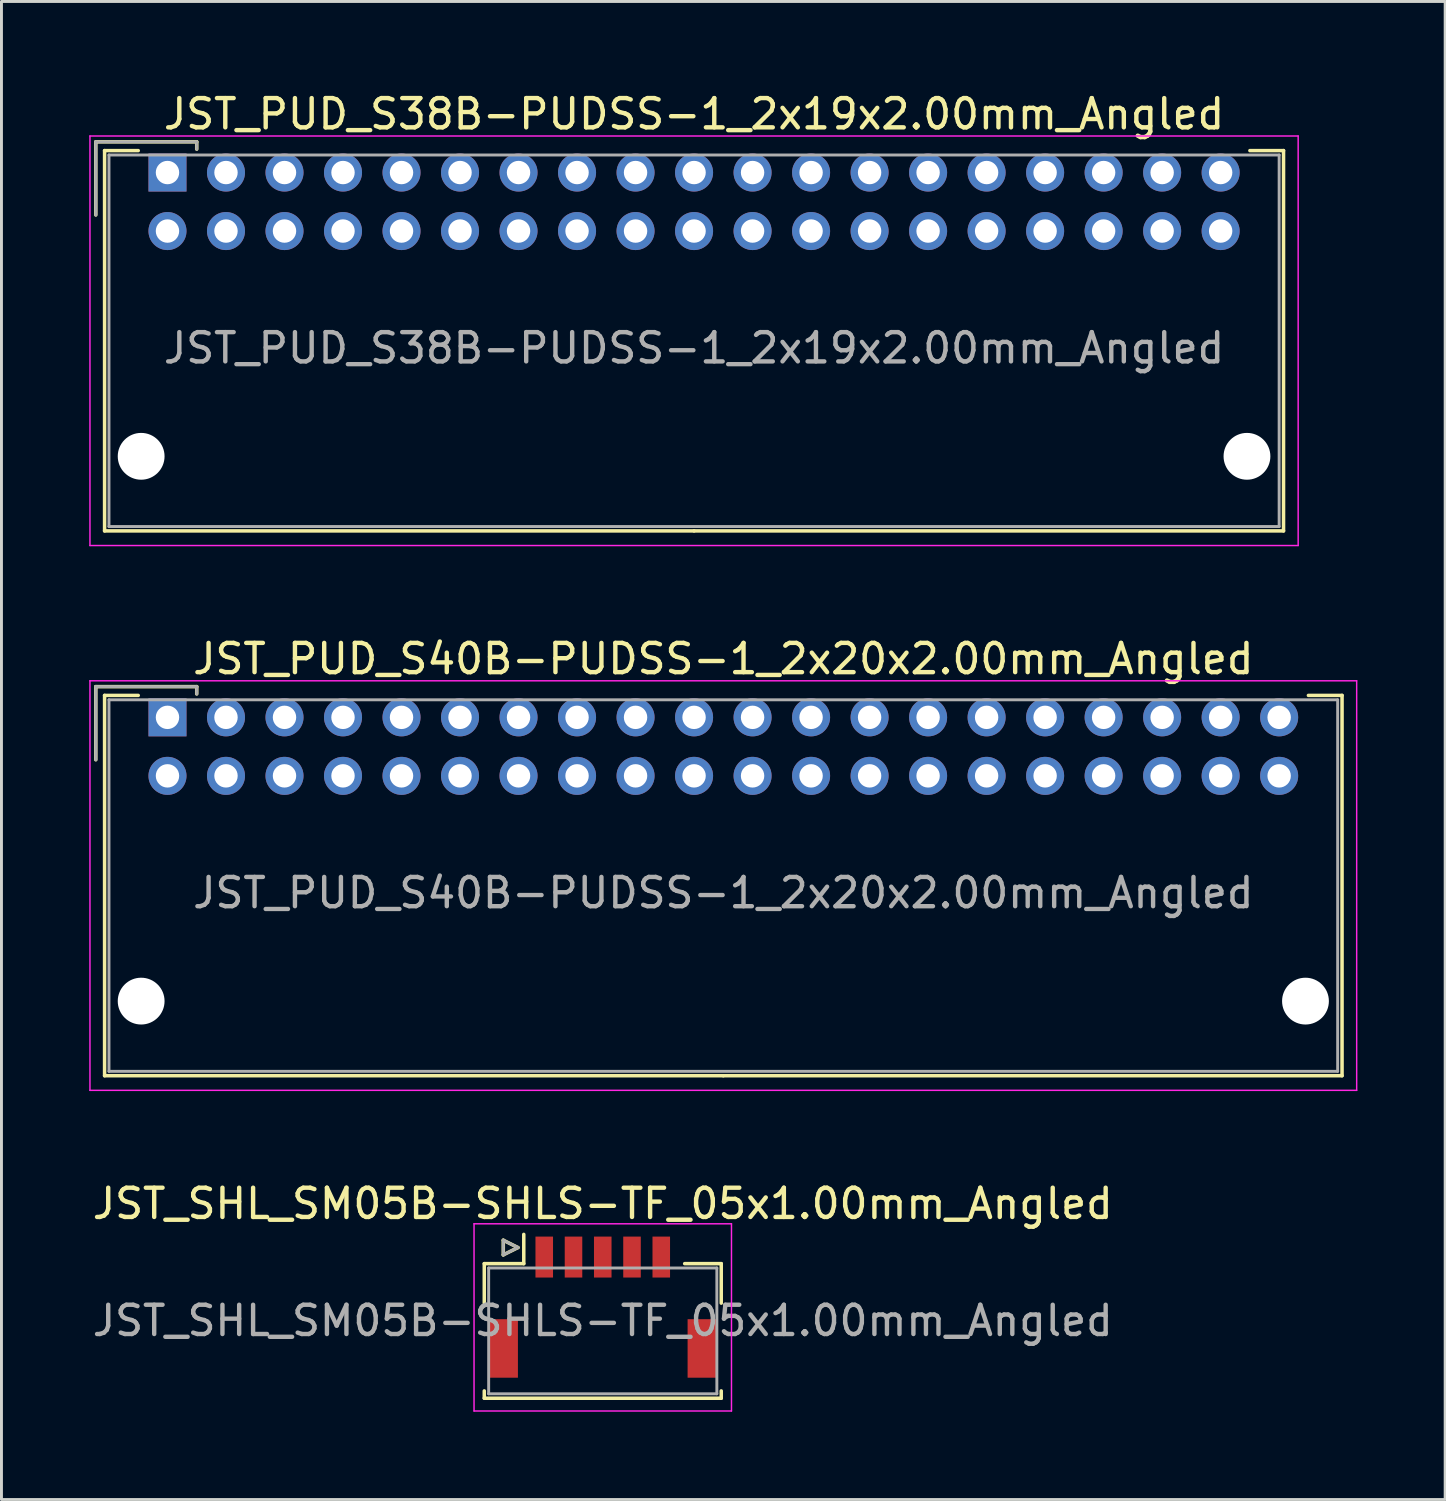
<source format=kicad_pcb>
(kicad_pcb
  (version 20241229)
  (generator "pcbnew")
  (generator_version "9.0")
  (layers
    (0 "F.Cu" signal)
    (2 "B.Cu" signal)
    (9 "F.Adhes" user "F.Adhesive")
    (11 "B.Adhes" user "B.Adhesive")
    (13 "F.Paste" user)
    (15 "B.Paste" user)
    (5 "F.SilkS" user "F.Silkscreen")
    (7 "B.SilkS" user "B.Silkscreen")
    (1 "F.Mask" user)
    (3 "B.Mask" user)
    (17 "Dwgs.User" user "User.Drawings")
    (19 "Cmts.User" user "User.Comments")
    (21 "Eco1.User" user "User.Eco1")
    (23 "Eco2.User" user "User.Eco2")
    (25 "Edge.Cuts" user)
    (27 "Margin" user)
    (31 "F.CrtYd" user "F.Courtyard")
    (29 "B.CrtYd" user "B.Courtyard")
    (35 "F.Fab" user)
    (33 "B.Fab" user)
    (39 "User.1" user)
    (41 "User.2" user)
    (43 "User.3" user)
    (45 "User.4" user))
  (footprint "JST_PUD_S38B-PUDSS-1_2x19x2.00mm_Angled"
    (layer "F.Cu")
    (at 2.675 2.848)
    (property "Reference" "JST_PUD_S38B-PUDSS-1_2x19x2.00mm_Angled" (at 18 -2 0) (layer "F.SilkS") (effects (font (size 1 1) (thickness 0.15))))
    (attr through_hole)
    (fp_line (start -2.45 -1.05) (end -2.45 1.45) (stroke (width 0.12) (type solid)) (layer "F.SilkS"))
    (fp_line (start -2.15 -0.75) (end -2.15 12.25) (stroke (width 0.12) (type solid)) (layer "F.SilkS"))
    (fp_line (start -2.15 12.25) (end 18 12.25) (stroke (width 0.12) (type solid)) (layer "F.SilkS"))
    (fp_line (start -1 -0.75) (end -2.15 -0.75) (stroke (width 0.12) (type solid)) (layer "F.SilkS"))
    (fp_line (start 1 -1.05) (end -2.45 -1.05) (stroke (width 0.12) (type solid)) (layer "F.SilkS"))
    (fp_line (start 1 -0.8) (end 1 -1.05) (stroke (width 0.12) (type solid)) (layer "F.SilkS"))
    (fp_line (start 37 -0.75) (end 38.15 -0.75) (stroke (width 0.12) (type solid)) (layer "F.SilkS"))
    (fp_line (start 38.15 -0.75) (end 38.15 12.25) (stroke (width 0.12) (type solid)) (layer "F.SilkS"))
    (fp_line (start 38.15 12.25) (end 18 12.25) (stroke (width 0.12) (type solid)) (layer "F.SilkS"))
    (fp_line (start -2.65 -1.25) (end -2.65 12.75) (stroke (width 0.05) (type solid)) (layer "F.CrtYd"))
    (fp_line (start -2.65 12.75) (end 38.65 12.75) (stroke (width 0.05) (type solid)) (layer "F.CrtYd"))
    (fp_line (start 38.65 -1.25) (end -2.65 -1.25) (stroke (width 0.05) (type solid)) (layer "F.CrtYd"))
    (fp_line (start 38.65 12.75) (end 38.65 -1.25) (stroke (width 0.05) (type solid)) (layer "F.CrtYd"))
    (fp_line (start -2.45 -1.05) (end -2.45 1.45) (stroke (width 0.1) (type solid)) (layer "F.Fab"))
    (fp_line (start -2 -0.6) (end -2 12.1) (stroke (width 0.1) (type solid)) (layer "F.Fab"))
    (fp_line (start -2 12.1) (end 38 12.1) (stroke (width 0.1) (type solid)) (layer "F.Fab"))
    (fp_line (start 1 -1.05) (end -2.45 -1.05) (stroke (width 0.1) (type solid)) (layer "F.Fab"))
    (fp_line (start 1 -0.8) (end 1 -1.05) (stroke (width 0.1) (type solid)) (layer "F.Fab"))
    (fp_line (start 38 -0.6) (end -2 -0.6) (stroke (width 0.1) (type solid)) (layer "F.Fab"))
    (fp_line (start 38 12.1) (end 38 -0.6) (stroke (width 0.1) (type solid)) (layer "F.Fab"))
    (fp_text user "${REFERENCE}" (at 18 6 0) (layer "F.Fab") (effects (font (size 1 1) (thickness 0.15))))
    (pad "" np_thru_hole circle (at -0.9 9.7) (size 1.6 1.6) (drill 1.6) (layers "*.Cu"))
    (pad "" np_thru_hole circle (at 36.9 9.7) (size 1.6 1.6) (drill 1.6) (layers "*.Cu"))
    (pad "1" thru_hole rect (at 0 0) (size 1.3 1.3) (drill 0.8) (layers "*.Cu" "*.Mask"))
    (pad "2" thru_hole circle (at 0 2) (size 1.3 1.3) (drill 0.8) (layers "*.Cu" "*.Mask"))
    (pad "3" thru_hole circle (at 2 0) (size 1.3 1.3) (drill 0.8) (layers "*.Cu" "*.Mask"))
    (pad "4" thru_hole circle (at 2 2) (size 1.3 1.3) (drill 0.8) (layers "*.Cu" "*.Mask"))
    (pad "5" thru_hole circle (at 4 0) (size 1.3 1.3) (drill 0.8) (layers "*.Cu" "*.Mask"))
    (pad "6" thru_hole circle (at 4 2) (size 1.3 1.3) (drill 0.8) (layers "*.Cu" "*.Mask"))
    (pad "7" thru_hole circle (at 6 0) (size 1.3 1.3) (drill 0.8) (layers "*.Cu" "*.Mask"))
    (pad "8" thru_hole circle (at 6 2) (size 1.3 1.3) (drill 0.8) (layers "*.Cu" "*.Mask"))
    (pad "9" thru_hole circle (at 8 0) (size 1.3 1.3) (drill 0.8) (layers "*.Cu" "*.Mask"))
    (pad "10" thru_hole circle (at 8 2) (size 1.3 1.3) (drill 0.8) (layers "*.Cu" "*.Mask"))
    (pad "11" thru_hole circle (at 10 0) (size 1.3 1.3) (drill 0.8) (layers "*.Cu" "*.Mask"))
    (pad "12" thru_hole circle (at 10 2) (size 1.3 1.3) (drill 0.8) (layers "*.Cu" "*.Mask"))
    (pad "13" thru_hole circle (at 12 0) (size 1.3 1.3) (drill 0.8) (layers "*.Cu" "*.Mask"))
    (pad "14" thru_hole circle (at 12 2) (size 1.3 1.3) (drill 0.8) (layers "*.Cu" "*.Mask"))
    (pad "15" thru_hole circle (at 14 0) (size 1.3 1.3) (drill 0.8) (layers "*.Cu" "*.Mask"))
    (pad "16" thru_hole circle (at 14 2) (size 1.3 1.3) (drill 0.8) (layers "*.Cu" "*.Mask"))
    (pad "17" thru_hole circle (at 16 0) (size 1.3 1.3) (drill 0.8) (layers "*.Cu" "*.Mask"))
    (pad "18" thru_hole circle (at 16 2) (size 1.3 1.3) (drill 0.8) (layers "*.Cu" "*.Mask"))
    (pad "19" thru_hole circle (at 18 0) (size 1.3 1.3) (drill 0.8) (layers "*.Cu" "*.Mask"))
    (pad "20" thru_hole circle (at 18 2) (size 1.3 1.3) (drill 0.8) (layers "*.Cu" "*.Mask"))
    (pad "21" thru_hole circle (at 20 0) (size 1.3 1.3) (drill 0.8) (layers "*.Cu" "*.Mask"))
    (pad "22" thru_hole circle (at 20 2) (size 1.3 1.3) (drill 0.8) (layers "*.Cu" "*.Mask"))
    (pad "23" thru_hole circle (at 22 0) (size 1.3 1.3) (drill 0.8) (layers "*.Cu" "*.Mask"))
    (pad "24" thru_hole circle (at 22 2) (size 1.3 1.3) (drill 0.8) (layers "*.Cu" "*.Mask"))
    (pad "25" thru_hole circle (at 24 0) (size 1.3 1.3) (drill 0.8) (layers "*.Cu" "*.Mask"))
    (pad "26" thru_hole circle (at 24 2) (size 1.3 1.3) (drill 0.8) (layers "*.Cu" "*.Mask"))
    (pad "27" thru_hole circle (at 26 0) (size 1.3 1.3) (drill 0.8) (layers "*.Cu" "*.Mask"))
    (pad "28" thru_hole circle (at 26 2) (size 1.3 1.3) (drill 0.8) (layers "*.Cu" "*.Mask"))
    (pad "29" thru_hole circle (at 28 0) (size 1.3 1.3) (drill 0.8) (layers "*.Cu" "*.Mask"))
    (pad "30" thru_hole circle (at 28 2) (size 1.3 1.3) (drill 0.8) (layers "*.Cu" "*.Mask"))
    (pad "31" thru_hole circle (at 30 0) (size 1.3 1.3) (drill 0.8) (layers "*.Cu" "*.Mask"))
    (pad "32" thru_hole circle (at 30 2) (size 1.3 1.3) (drill 0.8) (layers "*.Cu" "*.Mask"))
    (pad "33" thru_hole circle (at 32 0) (size 1.3 1.3) (drill 0.8) (layers "*.Cu" "*.Mask"))
    (pad "34" thru_hole circle (at 32 2) (size 1.3 1.3) (drill 0.8) (layers "*.Cu" "*.Mask"))
    (pad "35" thru_hole circle (at 34 0) (size 1.3 1.3) (drill 0.8) (layers "*.Cu" "*.Mask"))
    (pad "36" thru_hole circle (at 34 2) (size 1.3 1.3) (drill 0.8) (layers "*.Cu" "*.Mask"))
    (pad "37" thru_hole circle (at 36 0) (size 1.3 1.3) (drill 0.8) (layers "*.Cu" "*.Mask"))
    (pad "38" thru_hole circle (at 36 2) (size 1.3 1.3) (drill 0.8) (layers "*.Cu" "*.Mask")))
  (footprint "JST_PUD_S40B-PUDSS-1_2x20x2.00mm_Angled"
    (layer "F.Cu")
    (at 2.675 21.471)
    (property "Reference" "JST_PUD_S40B-PUDSS-1_2x20x2.00mm_Angled" (at 19 -2 0) (layer "F.SilkS") (effects (font (size 1 1) (thickness 0.15))))
    (attr through_hole)
    (fp_line (start -2.45 -1.05) (end -2.45 1.45) (stroke (width 0.12) (type solid)) (layer "F.SilkS"))
    (fp_line (start -2.15 -0.75) (end -2.15 12.25) (stroke (width 0.12) (type solid)) (layer "F.SilkS"))
    (fp_line (start -2.15 12.25) (end 19 12.25) (stroke (width 0.12) (type solid)) (layer "F.SilkS"))
    (fp_line (start -1 -0.75) (end -2.15 -0.75) (stroke (width 0.12) (type solid)) (layer "F.SilkS"))
    (fp_line (start 1 -1.05) (end -2.45 -1.05) (stroke (width 0.12) (type solid)) (layer "F.SilkS"))
    (fp_line (start 1 -0.8) (end 1 -1.05) (stroke (width 0.12) (type solid)) (layer "F.SilkS"))
    (fp_line (start 39 -0.75) (end 40.15 -0.75) (stroke (width 0.12) (type solid)) (layer "F.SilkS"))
    (fp_line (start 40.15 -0.75) (end 40.15 12.25) (stroke (width 0.12) (type solid)) (layer "F.SilkS"))
    (fp_line (start 40.15 12.25) (end 19 12.25) (stroke (width 0.12) (type solid)) (layer "F.SilkS"))
    (fp_line (start -2.65 -1.25) (end -2.65 12.75) (stroke (width 0.05) (type solid)) (layer "F.CrtYd"))
    (fp_line (start -2.65 12.75) (end 40.65 12.75) (stroke (width 0.05) (type solid)) (layer "F.CrtYd"))
    (fp_line (start 40.65 -1.25) (end -2.65 -1.25) (stroke (width 0.05) (type solid)) (layer "F.CrtYd"))
    (fp_line (start 40.65 12.75) (end 40.65 -1.25) (stroke (width 0.05) (type solid)) (layer "F.CrtYd"))
    (fp_line (start -2.45 -1.05) (end -2.45 1.45) (stroke (width 0.1) (type solid)) (layer "F.Fab"))
    (fp_line (start -2 -0.6) (end -2 12.1) (stroke (width 0.1) (type solid)) (layer "F.Fab"))
    (fp_line (start -2 12.1) (end 40 12.1) (stroke (width 0.1) (type solid)) (layer "F.Fab"))
    (fp_line (start 1 -1.05) (end -2.45 -1.05) (stroke (width 0.1) (type solid)) (layer "F.Fab"))
    (fp_line (start 1 -0.8) (end 1 -1.05) (stroke (width 0.1) (type solid)) (layer "F.Fab"))
    (fp_line (start 40 -0.6) (end -2 -0.6) (stroke (width 0.1) (type solid)) (layer "F.Fab"))
    (fp_line (start 40 12.1) (end 40 -0.6) (stroke (width 0.1) (type solid)) (layer "F.Fab"))
    (fp_text user "${REFERENCE}" (at 19 6 0) (layer "F.Fab") (effects (font (size 1 1) (thickness 0.15))))
    (pad "" np_thru_hole circle (at -0.9 9.7) (size 1.6 1.6) (drill 1.6) (layers "*.Cu"))
    (pad "" np_thru_hole circle (at 38.9 9.7) (size 1.6 1.6) (drill 1.6) (layers "*.Cu"))
    (pad "1" thru_hole rect (at 0 0) (size 1.3 1.3) (drill 0.8) (layers "*.Cu" "*.Mask"))
    (pad "2" thru_hole circle (at 0 2) (size 1.3 1.3) (drill 0.8) (layers "*.Cu" "*.Mask"))
    (pad "3" thru_hole circle (at 2 0) (size 1.3 1.3) (drill 0.8) (layers "*.Cu" "*.Mask"))
    (pad "4" thru_hole circle (at 2 2) (size 1.3 1.3) (drill 0.8) (layers "*.Cu" "*.Mask"))
    (pad "5" thru_hole circle (at 4 0) (size 1.3 1.3) (drill 0.8) (layers "*.Cu" "*.Mask"))
    (pad "6" thru_hole circle (at 4 2) (size 1.3 1.3) (drill 0.8) (layers "*.Cu" "*.Mask"))
    (pad "7" thru_hole circle (at 6 0) (size 1.3 1.3) (drill 0.8) (layers "*.Cu" "*.Mask"))
    (pad "8" thru_hole circle (at 6 2) (size 1.3 1.3) (drill 0.8) (layers "*.Cu" "*.Mask"))
    (pad "9" thru_hole circle (at 8 0) (size 1.3 1.3) (drill 0.8) (layers "*.Cu" "*.Mask"))
    (pad "10" thru_hole circle (at 8 2) (size 1.3 1.3) (drill 0.8) (layers "*.Cu" "*.Mask"))
    (pad "11" thru_hole circle (at 10 0) (size 1.3 1.3) (drill 0.8) (layers "*.Cu" "*.Mask"))
    (pad "12" thru_hole circle (at 10 2) (size 1.3 1.3) (drill 0.8) (layers "*.Cu" "*.Mask"))
    (pad "13" thru_hole circle (at 12 0) (size 1.3 1.3) (drill 0.8) (layers "*.Cu" "*.Mask"))
    (pad "14" thru_hole circle (at 12 2) (size 1.3 1.3) (drill 0.8) (layers "*.Cu" "*.Mask"))
    (pad "15" thru_hole circle (at 14 0) (size 1.3 1.3) (drill 0.8) (layers "*.Cu" "*.Mask"))
    (pad "16" thru_hole circle (at 14 2) (size 1.3 1.3) (drill 0.8) (layers "*.Cu" "*.Mask"))
    (pad "17" thru_hole circle (at 16 0) (size 1.3 1.3) (drill 0.8) (layers "*.Cu" "*.Mask"))
    (pad "18" thru_hole circle (at 16 2) (size 1.3 1.3) (drill 0.8) (layers "*.Cu" "*.Mask"))
    (pad "19" thru_hole circle (at 18 0) (size 1.3 1.3) (drill 0.8) (layers "*.Cu" "*.Mask"))
    (pad "20" thru_hole circle (at 18 2) (size 1.3 1.3) (drill 0.8) (layers "*.Cu" "*.Mask"))
    (pad "21" thru_hole circle (at 20 0) (size 1.3 1.3) (drill 0.8) (layers "*.Cu" "*.Mask"))
    (pad "22" thru_hole circle (at 20 2) (size 1.3 1.3) (drill 0.8) (layers "*.Cu" "*.Mask"))
    (pad "23" thru_hole circle (at 22 0) (size 1.3 1.3) (drill 0.8) (layers "*.Cu" "*.Mask"))
    (pad "24" thru_hole circle (at 22 2) (size 1.3 1.3) (drill 0.8) (layers "*.Cu" "*.Mask"))
    (pad "25" thru_hole circle (at 24 0) (size 1.3 1.3) (drill 0.8) (layers "*.Cu" "*.Mask"))
    (pad "26" thru_hole circle (at 24 2) (size 1.3 1.3) (drill 0.8) (layers "*.Cu" "*.Mask"))
    (pad "27" thru_hole circle (at 26 0) (size 1.3 1.3) (drill 0.8) (layers "*.Cu" "*.Mask"))
    (pad "28" thru_hole circle (at 26 2) (size 1.3 1.3) (drill 0.8) (layers "*.Cu" "*.Mask"))
    (pad "29" thru_hole circle (at 28 0) (size 1.3 1.3) (drill 0.8) (layers "*.Cu" "*.Mask"))
    (pad "30" thru_hole circle (at 28 2) (size 1.3 1.3) (drill 0.8) (layers "*.Cu" "*.Mask"))
    (pad "31" thru_hole circle (at 30 0) (size 1.3 1.3) (drill 0.8) (layers "*.Cu" "*.Mask"))
    (pad "32" thru_hole circle (at 30 2) (size 1.3 1.3) (drill 0.8) (layers "*.Cu" "*.Mask"))
    (pad "33" thru_hole circle (at 32 0) (size 1.3 1.3) (drill 0.8) (layers "*.Cu" "*.Mask"))
    (pad "34" thru_hole circle (at 32 2) (size 1.3 1.3) (drill 0.8) (layers "*.Cu" "*.Mask"))
    (pad "35" thru_hole circle (at 34 0) (size 1.3 1.3) (drill 0.8) (layers "*.Cu" "*.Mask"))
    (pad "36" thru_hole circle (at 34 2) (size 1.3 1.3) (drill 0.8) (layers "*.Cu" "*.Mask"))
    (pad "37" thru_hole circle (at 36 0) (size 1.3 1.3) (drill 0.8) (layers "*.Cu" "*.Mask"))
    (pad "38" thru_hole circle (at 36 2) (size 1.3 1.3) (drill 0.8) (layers "*.Cu" "*.Mask"))
    (pad "39" thru_hole circle (at 38 0) (size 1.3 1.3) (drill 0.8) (layers "*.Cu" "*.Mask"))
    (pad "40" thru_hole circle (at 38 2) (size 1.3 1.3) (drill 0.8) (layers "*.Cu" "*.Mask")))
  (footprint "JST_SHL_SM05B-SHLS-TF_05x1.00mm_Angled"
    (layer "F.Cu")
    (at 17.554 41.482)
    (property "Reference" "JST_SHL_SM05B-SHLS-TF_05x1.00mm_Angled" (at 0 -3.388 0) (layer "F.SilkS") (effects (font (size 1 1) (thickness 0.15))))
    (attr smd)
    (fp_line (start -4.05 -1.337) (end -2.7 -1.337) (stroke (width 0.12) (type solid)) (layer "F.SilkS"))
    (fp_line (start -4.05 0.013) (end -4.05 -1.337) (stroke (width 0.12) (type solid)) (layer "F.SilkS"))
    (fp_line (start -4.05 3.013) (end -4.05 3.263) (stroke (width 0.12) (type solid)) (layer "F.SilkS"))
    (fp_line (start -4.05 3.263) (end 4.05 3.263) (stroke (width 0.12) (type solid)) (layer "F.SilkS"))
    (fp_line (start -3.4 -2.138) (end -3.4 -1.637) (stroke (width 0.12) (type solid)) (layer "F.SilkS"))
    (fp_line (start -3.4 -1.637) (end -2.9 -1.887) (stroke (width 0.12) (type solid)) (layer "F.SilkS"))
    (fp_line (start -2.9 -1.887) (end -3.4 -2.138) (stroke (width 0.12) (type solid)) (layer "F.SilkS"))
    (fp_line (start -2.7 -1.337) (end -2.7 -2.337) (stroke (width 0.12) (type solid)) (layer "F.SilkS"))
    (fp_line (start 4.05 -1.337) (end 2.8 -1.337) (stroke (width 0.12) (type solid)) (layer "F.SilkS"))
    (fp_line (start 4.05 0.013) (end 4.05 -1.337) (stroke (width 0.12) (type solid)) (layer "F.SilkS"))
    (fp_line (start 4.05 3.263) (end 4.05 3.013) (stroke (width 0.12) (type solid)) (layer "F.SilkS"))
    (fp_line (start -4.4 -2.7) (end -4.4 3.7) (stroke (width 0.05) (type solid)) (layer "F.CrtYd"))
    (fp_line (start -4.4 3.7) (end 4.4 3.7) (stroke (width 0.05) (type solid)) (layer "F.CrtYd"))
    (fp_line (start 4.4 -2.7) (end -4.4 -2.7) (stroke (width 0.05) (type solid)) (layer "F.CrtYd"))
    (fp_line (start 4.4 3.7) (end 4.4 -2.7) (stroke (width 0.05) (type solid)) (layer "F.CrtYd"))
    (fp_line (start -3.9 -1.188) (end -3.9 3.112) (stroke (width 0.1) (type solid)) (layer "F.Fab"))
    (fp_line (start -3.9 3.112) (end 3.9 3.112) (stroke (width 0.1) (type solid)) (layer "F.Fab"))
    (fp_line (start -3.4 -2.138) (end -3.4 -1.637) (stroke (width 0.1) (type solid)) (layer "F.Fab"))
    (fp_line (start -3.4 -1.637) (end -2.9 -1.887) (stroke (width 0.1) (type solid)) (layer "F.Fab"))
    (fp_line (start -2.9 -1.887) (end -3.4 -2.138) (stroke (width 0.1) (type solid)) (layer "F.Fab"))
    (fp_line (start 3.9 -1.188) (end -3.9 -1.188) (stroke (width 0.1) (type solid)) (layer "F.Fab"))
    (fp_line (start 3.9 3.112) (end 3.9 -1.188) (stroke (width 0.1) (type solid)) (layer "F.Fab"))
    (fp_text user "${REFERENCE}" (at 0 0.613 0) (layer "F.Fab") (effects (font (size 1 1) (thickness 0.15))))
    (pad "" smd rect (at -3.4 1.562) (size 1 2) (layers "F.Cu" "F.Mask" "F.Paste"))
    (pad "" smd rect (at 3.4 1.562) (size 1 2) (layers "F.Cu" "F.Mask" "F.Paste"))
    (pad "1" smd rect (at -2 -1.562) (size 0.6 1.4) (layers "F.Cu" "F.Mask" "F.Paste"))
    (pad "2" smd rect (at -1 -1.562) (size 0.6 1.4) (layers "F.Cu" "F.Mask" "F.Paste"))
    (pad "3" smd rect (at 0 -1.562) (size 0.6 1.4) (layers "F.Cu" "F.Mask" "F.Paste"))
    (pad "4" smd rect (at 1 -1.562) (size 0.6 1.4) (layers "F.Cu" "F.Mask" "F.Paste"))
    (pad "5" smd rect (at 2 -1.562) (size 0.6 1.4) (layers "F.Cu" "F.Mask" "F.Paste")))
  (gr_rect
    (start -3 -3)
    (end 46.35 48.207)
    (stroke (width 0.1) (type default))
    (fill no)
    (layer "Edge.Cuts")))
</source>
